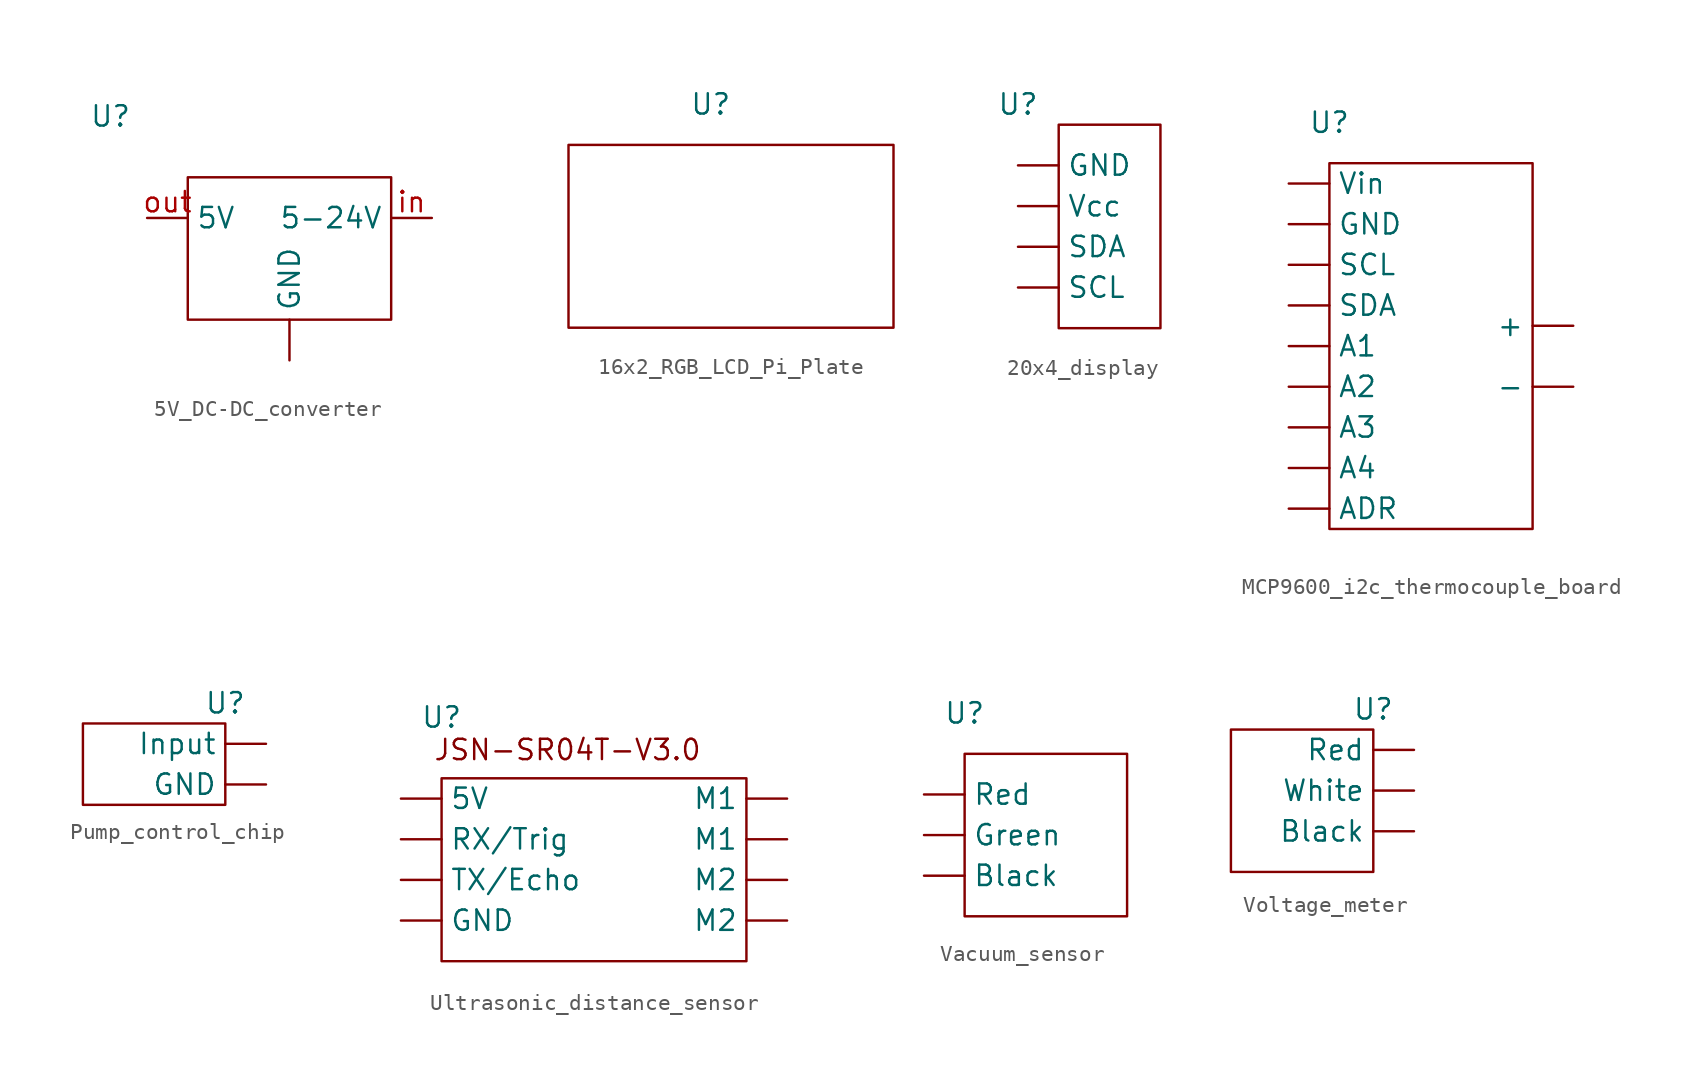
<source format=kicad_sym>
(kicad_symbol_lib
  (version 20241209)
  (generator "kicad_symbol_editor")
  (generator_version "9.0")
  (symbol "5V_DC-DC_converter"
    (property "Reference" "U"
      (at -8.636 -1.27 0)
      (effects (font (size 1.27 1.27))))
    (property "Value" ""
      (at 0 0 0)
      (effects (font (size 1.27 1.27))))
    (symbol "5V_DC-DC_converter_0_1"
      (rectangle (start -3.81 -5.08) (end 8.89 -13.97) (stroke (width 0) (type default)) (fill (type none))))
    (symbol "5V_DC-DC_converter_1_1"
      (pin input line (at -6.35 -7.62 0) (length 2.54) (name "5V" (effects (font (size 1.27 1.27)))) (number "out" (effects (font (size 1.27 1.27)))))
      (pin input line (at 2.54 -16.51 90) (length 2.54) (name "GND" (effects (font (size 1.27 1.27)))) (number "" (effects (font (size 1.27 1.27)))))
      (pin input line (at 11.43 -7.62 180) (length 2.54) (name "5-24V" (effects (font (size 1.27 1.27)))) (number "in" (effects (font (size 1.27 1.27)))))))
  (symbol "16x2_RGB_LCD_Pi_Plate"
    (property "Reference" "U"
      (at 0 0 0)
      (effects (font (size 1.27 1.27))))
    (property "Value" ""
      (at 0 0 0)
      (effects (font (size 1.27 1.27))))
    (symbol "16x2_RGB_LCD_Pi_Plate_0_1"
      (rectangle (start -8.89 -2.54) (end 11.43 -13.97) (stroke (width 0) (type default)) (fill (type none)))))
  (symbol "20x4_display"
    (property "Reference" "U"
      (at 0 0 0)
      (effects (font (size 1.27 1.27))))
    (property "Value" ""
      (at 0 0 0)
      (effects (font (size 1.27 1.27))))
    (symbol "20x4_display_0_1"
      (rectangle (start 2.54 -1.27) (end 8.89 -13.97) (stroke (width 0) (type default)) (fill (type none))))
    (symbol "20x4_display_1_1"
      (pin input line (at 0 -3.81 0) (length 2.54) (name "GND" (effects (font (size 1.27 1.27)))) (number "" (effects (font (size 1.27 1.27)))))
      (pin input line (at 0 -6.35 0) (length 2.54) (name "Vcc" (effects (font (size 1.27 1.27)))) (number "" (effects (font (size 1.27 1.27)))))
      (pin input line (at 0 -8.89 0) (length 2.54) (name "SDA" (effects (font (size 1.27 1.27)))) (number "" (effects (font (size 1.27 1.27)))))
      (pin input line (at 0 -11.43 0) (length 2.54) (name "SCL" (effects (font (size 1.27 1.27)))) (number "" (effects (font (size 1.27 1.27)))))))
  (symbol "MCP9600_i2c_thermocouple_board"
    (property "Reference" "U"
      (at 0 0 0)
      (effects (font (size 1.27 1.27))))
    (property "Value" ""
      (at 0 0 0)
      (effects (font (size 1.27 1.27))))
    (symbol "MCP9600_i2c_thermocouple_board_0_1"
      (rectangle (start 0 -2.54) (end 12.7 -25.4) (stroke (width 0) (type default)) (fill (type none))))
    (symbol "MCP9600_i2c_thermocouple_board_1_1"
      (pin input line (at -2.54 -3.81 0) (length 2.54) (name "Vin" (effects (font (size 1.27 1.27)))) (number "" (effects (font (size 1.27 1.27)))))
      (pin input line (at -2.54 -6.35 0) (length 2.54) (name "GND" (effects (font (size 1.27 1.27)))) (number "" (effects (font (size 1.27 1.27)))))
      (pin input line (at -2.54 -8.89 0) (length 2.54) (name "SCL" (effects (font (size 1.27 1.27)))) (number "" (effects (font (size 1.27 1.27)))))
      (pin input line (at -2.54 -11.43 0) (length 2.54) (name "SDA" (effects (font (size 1.27 1.27)))) (number "" (effects (font (size 1.27 1.27)))))
      (pin input line (at -2.54 -13.97 0) (length 2.54) (name "A1" (effects (font (size 1.27 1.27)))) (number "" (effects (font (size 1.27 1.27)))))
      (pin input line (at -2.54 -16.51 0) (length 2.54) (name "A2" (effects (font (size 1.27 1.27)))) (number "" (effects (font (size 1.27 1.27)))))
      (pin input line (at -2.54 -19.05 0) (length 2.54) (name "A3" (effects (font (size 1.27 1.27)))) (number "" (effects (font (size 1.27 1.27)))))
      (pin input line (at -2.54 -21.59 0) (length 2.54) (name "A4" (effects (font (size 1.27 1.27)))) (number "" (effects (font (size 1.27 1.27)))))
      (pin input line (at -2.54 -24.13 0) (length 2.54) (name "ADR" (effects (font (size 1.27 1.27)))) (number "" (effects (font (size 1.27 1.27)))))
      (pin input line (at 15.24 -12.7 180) (length 2.54) (name "+" (effects (font (size 1.27 1.27)))) (number "" (effects (font (size 1.27 1.27)))))
      (pin input line (at 15.24 -16.51 180) (length 2.54) (name "-" (effects (font (size 1.27 1.27)))) (number "" (effects (font (size 1.27 1.27)))))))
  (symbol "Pump_control_chip"
    (property "Reference" "U"
      (at 0 0 0)
      (effects (font (size 1.27 1.27))))
    (property "Value" ""
      (at 0 0 0)
      (effects (font (size 1.27 1.27))))
    (symbol "Pump_control_chip_0_1"
      (rectangle (start 0 -1.27) (end -8.89 -6.35) (stroke (width 0) (type default)) (fill (type none))))
    (symbol "Pump_control_chip_1_1"
      (pin input line (at 2.54 -2.54 180) (length 2.54) (name "Input" (effects (font (size 1.27 1.27)))) (number "" (effects (font (size 1.27 1.27)))))
      (pin input line (at 2.54 -5.08 180) (length 2.54) (name "GND" (effects (font (size 1.27 1.27)))) (number "" (effects (font (size 1.27 1.27)))))))
  (symbol "Ultrasonic_distance_sensor"
    (property "Reference" "U"
      (at 0 0 0)
      (effects (font (size 1.27 1.27))))
    (property "Value" ""
      (at 0 0 0)
      (effects (font (size 1.27 1.27))))
    (symbol "Ultrasonic_distance_sensor_0_1"
      (rectangle (start 0 -3.81) (end 19.05 -15.24) (stroke (width 0) (type default)) (fill (type none))))
    (symbol "Ultrasonic_distance_sensor_1_1"
      (text "JSN-SR04T-V3.0" (at 7.874 -2.032 0) (effects (font (size 1.27 1.27))))
      (pin input line (at -2.54 -5.08 0) (length 2.54) (name "5V" (effects (font (size 1.27 1.27)))) (number "" (effects (font (size 1.27 1.27)))))
      (pin input line (at -2.54 -7.62 0) (length 2.54) (name "RX/Trig" (effects (font (size 1.27 1.27)))) (number "" (effects (font (size 1.27 1.27)))))
      (pin input line (at -2.54 -10.16 0) (length 2.54) (name "TX/Echo" (effects (font (size 1.27 1.27)))) (number "" (effects (font (size 1.27 1.27)))))
      (pin input line (at -2.54 -12.7 0) (length 2.54) (name "GND" (effects (font (size 1.27 1.27)))) (number "" (effects (font (size 1.27 1.27)))))
      (pin input line (at 21.59 -5.08 180) (length 2.54) (name "M1" (effects (font (size 1.27 1.27)))) (number "" (effects (font (size 1.27 1.27)))))
      (pin input line (at 21.59 -7.62 180) (length 2.54) (name "M1" (effects (font (size 1.27 1.27)))) (number "" (effects (font (size 1.27 1.27)))))
      (pin input line (at 21.59 -10.16 180) (length 2.54) (name "M2" (effects (font (size 1.27 1.27)))) (number "" (effects (font (size 1.27 1.27)))))
      (pin input line (at 21.59 -12.7 180) (length 2.54) (name "M2" (effects (font (size 1.27 1.27)))) (number "" (effects (font (size 1.27 1.27)))))))
  (symbol "Vacuum_sensor"
    (property "Reference" "U"
      (at 0 0 0)
      (effects (font (size 1.27 1.27))))
    (property "Value" ""
      (at 0 0 0)
      (effects (font (size 1.27 1.27))))
    (symbol "Vacuum_sensor_0_1"
      (rectangle (start 0 -2.54) (end 10.16 -12.7) (stroke (width 0) (type default)) (fill (type none))))
    (symbol "Vacuum_sensor_1_1"
      (pin input line (at -2.54 -5.08 0) (length 2.54) (name "Red" (effects (font (size 1.27 1.27)))) (number "" (effects (font (size 1.27 1.27)))))
      (pin input line (at -2.54 -7.62 0) (length 2.54) (name "Green" (effects (font (size 1.27 1.27)))) (number "" (effects (font (size 1.27 1.27)))))
      (pin input line (at -2.54 -10.16 0) (length 2.54) (name "Black" (effects (font (size 1.27 1.27)))) (number "" (effects (font (size 1.27 1.27)))))))
  (symbol "Voltage_meter"
    (property "Reference" "U"
      (at 0 0 0)
      (effects (font (size 1.27 1.27))))
    (property "Value" ""
      (at 0 0 0)
      (effects (font (size 1.27 1.27))))
    (symbol "Voltage_meter_0_1"
      (rectangle (start 0 -1.27) (end -8.89 -10.16) (stroke (width 0) (type default)) (fill (type none))))
    (symbol "Voltage_meter_1_1"
      (pin input line (at 2.54 -2.54 180) (length 2.54) (name "Red" (effects (font (size 1.27 1.27)))) (number "" (effects (font (size 1.27 1.27)))))
      (pin input line (at 2.54 -5.08 180) (length 2.54) (name "White" (effects (font (size 1.27 1.27)))) (number "" (effects (font (size 1.27 1.27)))))
      (pin input line (at 2.54 -7.62 180) (length 2.54) (name "Black" (effects (font (size 1.27 1.27)))) (number "" (effects (font (size 1.27 1.27))))))))
</source>
